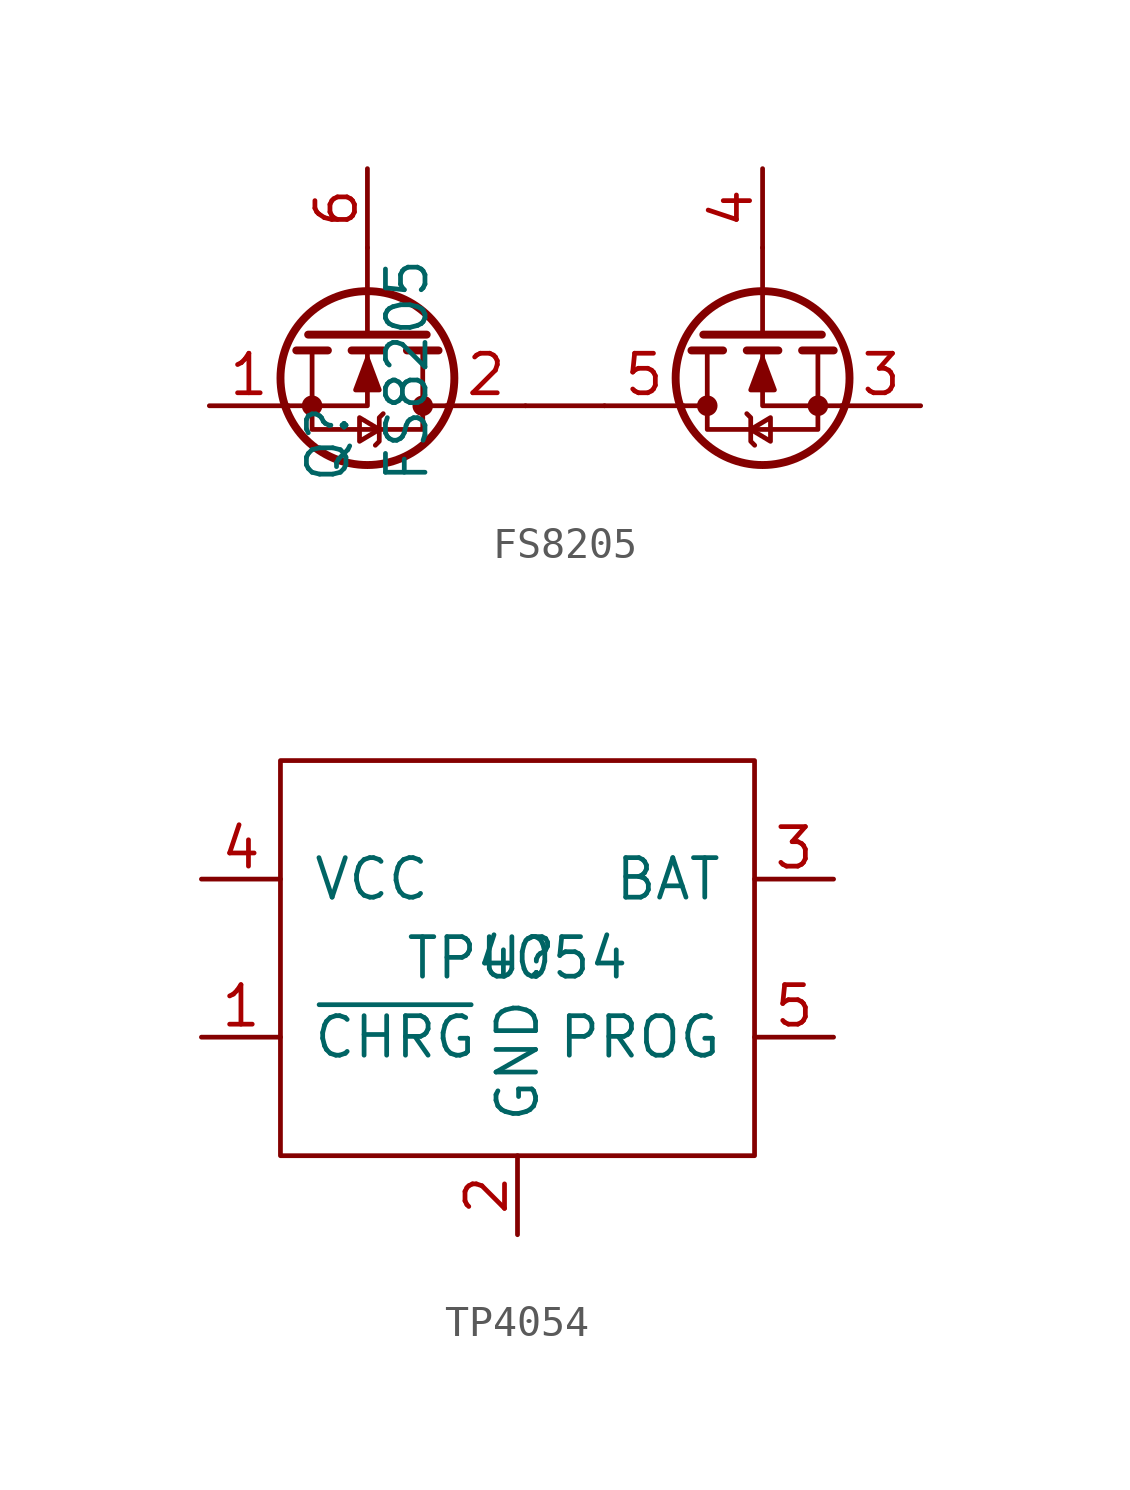
<source format=kicad_sym>
(kicad_symbol_lib
  (version 20220914)
  (generator kicad_symbol_editor)
  (symbol "FS8205"
    (pin_names
      (offset 0) hide)
    (property "Reference" "Q"
      (at -7.62 -5.08 90)
      (effects (font (size 1.27 1.27)) (justify left)))
    (property "Value" "FS8205"
      (at -5.08 -5.08 90)
      (effects (font (size 1.27 1.27)) (justify left)))
    (symbol "FS8205_0_1"
      (circle (center -8.128 -2.54) (radius 0.254) (stroke (width 0) (type solid)) (fill (type outline)))
      (circle (center -6.35 -1.651) (radius 2.794) (stroke (width 0.254) (type solid)) (fill (type none)))
      (circle (center -4.572 -2.54) (radius 0.254) (stroke (width 0) (type solid)) (fill (type outline)))
      (polyline (pts (xy -7.62 -0.762) (xy -8.636 -0.762)) (stroke (width 0.254) (type solid)) (fill (type none)))
      (polyline (pts (xy -6.35 -0.254) (xy -6.35 2.54)) (stroke (width 0) (type solid)) (fill (type none)))
      (polyline (pts (xy -5.842 -0.762) (xy -6.858 -0.762)) (stroke (width 0.254) (type solid)) (fill (type none)))
      (polyline (pts (xy -4.445 -0.254) (xy -8.255 -0.254)) (stroke (width 0.254) (type solid)) (fill (type none)))
      (polyline (pts (xy -4.064 -0.762) (xy -5.08 -0.762)) (stroke (width 0.254) (type solid)) (fill (type none)))
      (polyline (pts (xy -3.81 -2.54) (xy -4.572 -2.54)) (stroke (width 0) (type solid)) (fill (type none)))
      (polyline (pts (xy -1.27 -2.54) (xy 1.27 -2.54)) (stroke (width 0) (type solid)) (fill (type none)))
      (polyline (pts (xy 3.81 -2.54) (xy 4.572 -2.54)) (stroke (width 0) (type solid)) (fill (type none)))
      (polyline (pts (xy 4.064 -0.762) (xy 5.08 -0.762)) (stroke (width 0.254) (type solid)) (fill (type none)))
      (polyline (pts (xy 4.445 -0.254) (xy 8.255 -0.254)) (stroke (width 0.254) (type solid)) (fill (type none)))
      (polyline (pts (xy 5.842 -0.762) (xy 6.858 -0.762)) (stroke (width 0.254) (type solid)) (fill (type none)))
      (polyline (pts (xy 6.35 -0.254) (xy 6.35 2.54)) (stroke (width 0) (type solid)) (fill (type none)))
      (polyline (pts (xy 7.62 -0.762) (xy 8.636 -0.762)) (stroke (width 0.254) (type solid)) (fill (type none)))
      (polyline (pts (xy -8.89 -2.54) (xy -6.35 -2.54) (xy -6.35 -0.762)) (stroke (width 0) (type solid)) (fill (type none)))
      (polyline (pts (xy 8.89 -2.54) (xy 6.35 -2.54) (xy 6.35 -0.762)) (stroke (width 0) (type solid)) (fill (type none)))
      (polyline (pts (xy -8.128 -0.762) (xy -8.128 -3.302) (xy -4.572 -3.302) (xy -4.572 -0.762)) (stroke (width 0) (type solid)) (fill (type none)))
      (polyline (pts (xy -6.35 -1.016) (xy -5.969 -2.032) (xy -6.731 -2.032) (xy -6.35 -1.016)) (stroke (width 0) (type solid)) (fill (type outline)))
      (polyline (pts (xy -5.969 -3.302) (xy -6.604 -2.921) (xy -6.604 -3.683) (xy -5.969 -3.302)) (stroke (width 0) (type solid)) (fill (type none)))
      (polyline (pts (xy -5.842 -2.794) (xy -5.969 -2.921) (xy -5.969 -3.683) (xy -6.096 -3.81)) (stroke (width 0) (type solid)) (fill (type none)))
      (polyline (pts (xy 5.842 -2.794) (xy 5.969 -2.921) (xy 5.969 -3.683) (xy 6.096 -3.81)) (stroke (width 0) (type solid)) (fill (type none)))
      (polyline (pts (xy 5.969 -3.302) (xy 6.604 -2.921) (xy 6.604 -3.683) (xy 5.969 -3.302)) (stroke (width 0) (type solid)) (fill (type none)))
      (polyline (pts (xy 6.35 -1.016) (xy 5.969 -2.032) (xy 6.731 -2.032) (xy 6.35 -1.016)) (stroke (width 0) (type solid)) (fill (type outline)))
      (polyline (pts (xy 8.128 -0.762) (xy 8.128 -3.302) (xy 4.572 -3.302) (xy 4.572 -0.762)) (stroke (width 0) (type solid)) (fill (type none)))
      (circle (center 4.572 -2.54) (radius 0.254) (stroke (width 0) (type solid)) (fill (type outline)))
      (circle (center 6.35 -1.651) (radius 2.794) (stroke (width 0.254) (type solid)) (fill (type none)))
      (circle (center 8.128 -2.54) (radius 0.254) (stroke (width 0) (type solid)) (fill (type outline))))
    (symbol "FS8205_1_1"
      (pin passive line (at -11.43 -2.54 0) (length 2.54) (name "S1" (effects (font (size 1.27 1.27)))) (number "1" (effects (font (size 1.27 1.27)))))
      (pin passive line (at -1.27 -2.54 180) (length 2.54) (name "D12" (effects (font (size 1.27 1.27)))) (number "2" (effects (font (size 1.27 1.27)))))
      (pin passive line (at 11.43 -2.54 180) (length 2.54) (name "S2" (effects (font (size 1.27 1.27)))) (number "3" (effects (font (size 1.27 1.27)))))
      (pin input line (at 6.35 5.08 270) (length 2.54) (name "G2" (effects (font (size 1.27 1.27)))) (number "4" (effects (font (size 1.27 1.27)))))
      (pin passive line (at 1.27 -2.54 0) (length 2.54) (name "D12" (effects (font (size 1.27 1.27)))) (number "5" (effects (font (size 1.27 1.27)))))
      (pin input line (at -6.35 5.08 270) (length 2.54) (name "G1" (effects (font (size 1.27 1.27)))) (number "6" (effects (font (size 1.27 1.27)))))))
  (symbol "TP4054"
    (pin_names
      (offset 1.016))
    (property "Reference" "U"
      (at 0 0 0)
      (effects (font (size 1.27 1.27))))
    (property "Value" "TP4054"
      (at 0 0 0)
      (effects (font (size 1.27 1.27))))
    (symbol "TP4054_0_1"
      (rectangle (start -7.62 6.35) (end 7.62 -6.35) (stroke (width 0) (type solid)) (fill (type none))))
    (symbol "TP4054_1_1"
      (pin output line (at -10.16 -2.54 0) (length 2.54) (name "~{CHRG}" (effects (font (size 1.27 1.27)))) (number "1" (effects (font (size 1.27 1.27)))))
      (pin power_in line (at 0 -8.89 90) (length 2.54) (name "GND" (effects (font (size 1.27 1.27)))) (number "2" (effects (font (size 1.27 1.27)))))
      (pin power_out line (at 10.16 2.54 180) (length 2.54) (name "BAT" (effects (font (size 1.27 1.27)))) (number "3" (effects (font (size 1.27 1.27)))))
      (pin power_in line (at -10.16 2.54 0) (length 2.54) (name "VCC" (effects (font (size 1.27 1.27)))) (number "4" (effects (font (size 1.27 1.27)))))
      (pin passive line (at 10.16 -2.54 180) (length 2.54) (name "PROG" (effects (font (size 1.27 1.27)))) (number "5" (effects (font (size 1.27 1.27))))))))
</source>
